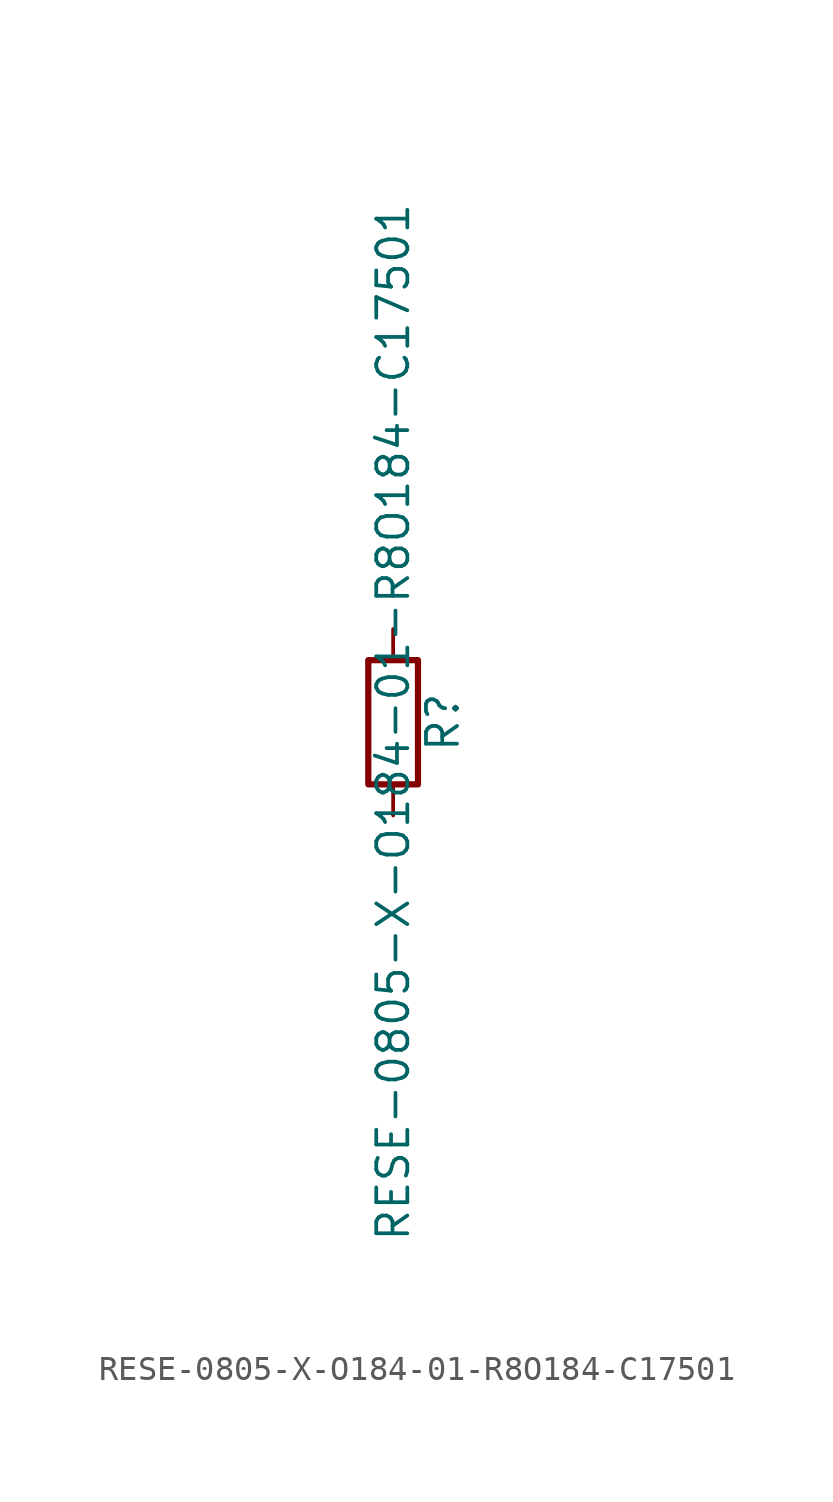
<source format=kicad_sym>
(kicad_symbol_lib
  (version 20211014)
  (generator kicad_symbol_editor)
  (symbol "RESE-0805-X-O184-01-R8O184-C17501"
    (pin_numbers hide)
    (pin_names
      (offset 0))
    (property "Reference" "R"
      (at 2.032 0 90)
      (effects (font (size 1.27 1.27))))
    (property "Value" "RESE-0805-X-O184-01-R8O184-C17501"
      (at 0 0 90)
      (effects (font (size 1.27 1.27))))
    (symbol "RESE-0805-X-O184-01-R8O184-C17501_0_1"
      (rectangle (start -1.016 -2.54) (end 1.016 2.54) (stroke (width 0.254) (type default) (color 0 0 0 0)) (fill (type none))))
    (symbol "RESE-0805-X-O184-01-R8O184-C17501_1_1"
      (pin passive line (at 0 3.81 270) (length 1.27) (name "~" (effects (font (size 1.27 1.27)))) (number "1" (effects (font (size 1.27 1.27)))))
      (pin passive line (at 0 -3.81 90) (length 1.27) (name "~" (effects (font (size 1.27 1.27)))) (number "2" (effects (font (size 1.27 1.27))))))))
</source>
